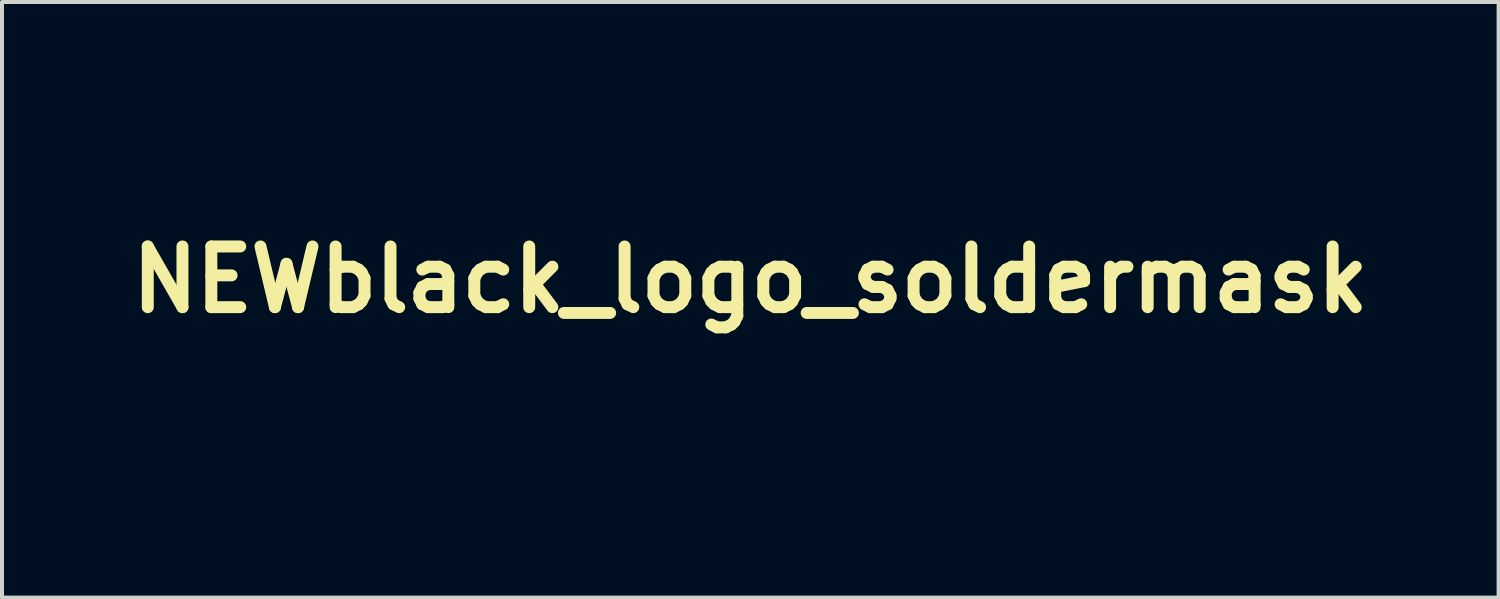
<source format=kicad_pcb>
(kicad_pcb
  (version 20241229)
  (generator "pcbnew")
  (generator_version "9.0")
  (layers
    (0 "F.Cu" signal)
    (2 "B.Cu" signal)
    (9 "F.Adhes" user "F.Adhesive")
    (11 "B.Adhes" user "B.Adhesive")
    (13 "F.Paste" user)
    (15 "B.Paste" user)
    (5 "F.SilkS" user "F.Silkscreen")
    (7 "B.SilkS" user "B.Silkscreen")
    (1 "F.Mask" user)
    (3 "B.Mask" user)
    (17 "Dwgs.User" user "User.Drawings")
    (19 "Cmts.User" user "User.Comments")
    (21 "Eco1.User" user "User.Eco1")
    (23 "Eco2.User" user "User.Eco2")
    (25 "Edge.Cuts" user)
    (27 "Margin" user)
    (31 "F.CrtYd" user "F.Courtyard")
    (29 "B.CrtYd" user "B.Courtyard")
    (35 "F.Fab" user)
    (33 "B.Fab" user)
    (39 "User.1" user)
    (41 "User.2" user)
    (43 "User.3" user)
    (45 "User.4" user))
  (footprint "NEWblack_logo_soldermask"
    (layer "F.Cu")
    (at 15.792 3.974)
    (property "Reference" "NEWblack_logo_soldermask" (at 0 0 0) (layer "F.SilkS") (effects (font (size 1.524 1.524) (thickness 0.3))))
    (attr through_hole)
    (fp_poly (pts (xy -0.967 4.738) (xy -0.546 4.738) (xy -0.546 4.961) (xy -1.087 4.961) (xy -1.246 4.96) (xy -1.389 4.958) (xy -1.506 4.955) (xy -1.592 4.951) (xy -1.639 4.946) (xy -1.645 4.944) (xy -1.656 4.911) (xy -1.662 4.849) (xy -1.662 4.833) (xy -1.662 4.738) (xy -1.215 4.738) (xy -1.221 4.049) (xy -1.228 3.361) (xy -1.446 3.354) (xy -1.665 3.347) (xy -1.657 3.255) (xy -1.65 3.163) (xy -1.504 3.147) (xy -1.367 3.118) (xy -1.269 3.063) (xy -1.203 2.978) (xy -1.181 2.921) (xy -1.155 2.89) (xy -1.096 2.878) (xy -1.067 2.877) (xy -0.967 2.877) (xy -0.967 4.738)) (stroke (width 0.01) (type solid)) (fill yes) (layer "F.Mask"))
    (fp_poly (pts (xy -2.966 2.854) (xy -2.907 2.857) (xy -2.751 2.873) (xy -2.632 2.907) (xy -2.536 2.965) (xy -2.451 3.053) (xy -2.428 3.084) (xy -2.359 3.196) (xy -2.308 3.322) (xy -2.274 3.47) (xy -2.253 3.648) (xy -2.245 3.864) (xy -2.245 3.919) (xy -2.246 4.076) (xy -2.25 4.196) (xy -2.257 4.289) (xy -2.27 4.366) (xy -2.289 4.441) (xy -2.3 4.477) (xy -2.363 4.641) (xy -2.438 4.765) (xy -2.531 4.859) (xy -2.596 4.903) (xy -2.668 4.94) (xy -2.741 4.962) (xy -2.832 4.973) (xy -2.912 4.977) (xy -3.017 4.978) (xy -3.111 4.973) (xy -3.177 4.964) (xy -3.184 4.962) (xy -3.315 4.897) (xy -3.431 4.796) (xy -3.506 4.691) (xy -3.579 4.516) (xy -3.63 4.308) (xy -3.658 4.075) (xy -3.66 3.919) (xy -3.361 3.919) (xy -3.361 4.087) (xy -3.359 4.213) (xy -3.356 4.305) (xy -3.35 4.373) (xy -3.34 4.425) (xy -3.326 4.468) (xy -3.307 4.511) (xy -3.299 4.527) (xy -3.245 4.612) (xy -3.181 4.684) (xy -3.153 4.707) (xy -3.044 4.751) (xy -2.919 4.761) (xy -2.795 4.735) (xy -2.753 4.716) (xy -2.676 4.658) (xy -2.617 4.572) (xy -2.573 4.453) (xy -2.541 4.294) (xy -2.529 4.188) (xy -2.517 4.001) (xy -2.517 3.81) (xy -2.529 3.627) (xy -2.552 3.464) (xy -2.584 3.334) (xy -2.601 3.29) (xy -2.672 3.178) (xy -2.771 3.107) (xy -2.898 3.077) (xy -2.936 3.076) (xy -3.069 3.09) (xy -3.169 3.135) (xy -3.248 3.218) (xy -3.292 3.295) (xy -3.316 3.345) (xy -3.333 3.389) (xy -3.346 3.436) (xy -3.354 3.494) (xy -3.358 3.572) (xy -3.36 3.679) (xy -3.361 3.821) (xy -3.361 3.919) (xy -3.66 3.919) (xy -3.661 3.829) (xy -3.648 3.653) (xy -3.612 3.432) (xy -3.561 3.253) (xy -3.49 3.113) (xy -3.398 3.005) (xy -3.282 2.924) (xy -3.262 2.913) (xy -3.189 2.881) (xy -3.127 2.862) (xy -3.059 2.854) (xy -2.966 2.854)) (stroke (width 0.01) (type solid)) (fill yes) (layer "F.Mask"))
    (fp_poly (pts (xy 2.784 -3.748) (xy 3.075 -3.686) (xy 3.338 -3.589) (xy 3.569 -3.461) (xy 3.767 -3.3) (xy 3.927 -3.109) (xy 3.929 -3.107) (xy 4.056 -2.879) (xy 4.14 -2.638) (xy 4.183 -2.39) (xy 4.185 -2.14) (xy 4.149 -1.893) (xy 4.076 -1.656) (xy 3.969 -1.433) (xy 3.828 -1.23) (xy 3.655 -1.052) (xy 3.453 -0.905) (xy 3.222 -0.794) (xy 3.206 -0.788) (xy 3.114 -0.75) (xy 3.065 -0.716) (xy 3.057 -0.698) (xy 3.083 -0.675) (xy 3.148 -0.648) (xy 3.241 -0.62) (xy 3.249 -0.618) (xy 3.423 -0.563) (xy 3.606 -0.484) (xy 3.784 -0.391) (xy 3.939 -0.291) (xy 4.023 -0.224) (xy 4.157 -0.084) (xy 4.281 0.083) (xy 4.384 0.259) (xy 4.436 0.377) (xy 4.497 0.603) (xy 4.526 0.855) (xy 4.523 1.121) (xy 4.489 1.389) (xy 4.428 1.63) (xy 4.316 1.901) (xy 4.162 2.15) (xy 3.97 2.374) (xy 3.747 2.568) (xy 3.495 2.727) (xy 3.221 2.847) (xy 3.125 2.878) (xy 2.895 2.926) (xy 2.638 2.947) (xy 2.365 2.943) (xy 2.087 2.915) (xy 1.817 2.865) (xy 1.566 2.794) (xy 1.345 2.703) (xy 1.273 2.664) (xy 1.21 2.629) (xy 1.166 2.608) (xy 1.155 2.604) (xy 1.152 2.628) (xy 1.149 2.697) (xy 1.147 2.804) (xy 1.145 2.946) (xy 1.143 3.116) (xy 1.142 3.31) (xy 1.141 3.522) (xy 1.141 3.609) (xy 1.141 4.614) (xy 0.346 4.614) (xy 0.352 1.933) (xy 1.138 1.933) (xy 1.282 2.005) (xy 1.498 2.098) (xy 1.723 2.164) (xy 1.881 2.195) (xy 2.052 2.216) (xy 2.242 2.227) (xy 2.434 2.227) (xy 2.613 2.217) (xy 2.76 2.196) (xy 2.766 2.195) (xy 3.005 2.123) (xy 3.21 2.014) (xy 3.381 1.872) (xy 3.516 1.695) (xy 3.614 1.487) (xy 3.674 1.249) (xy 3.696 0.981) (xy 3.696 0.967) (xy 3.679 0.716) (xy 3.628 0.499) (xy 3.54 0.312) (xy 3.415 0.152) (xy 3.249 0.016) (xy 3.172 -0.032) (xy 3.01 -0.108) (xy 2.809 -0.172) (xy 2.58 -0.222) (xy 2.333 -0.256) (xy 2.079 -0.272) (xy 2.015 -0.272) (xy 1.809 -0.273) (xy 1.816 -0.614) (xy 1.823 -0.955) (xy 2.121 -0.97) (xy 2.368 -0.991) (xy 2.576 -1.028) (xy 2.751 -1.085) (xy 2.902 -1.164) (xy 3.037 -1.268) (xy 3.114 -1.345) (xy 3.21 -1.467) (xy 3.28 -1.601) (xy 3.327 -1.759) (xy 3.357 -1.952) (xy 3.361 -1.999) (xy 3.362 -2.241) (xy 3.321 -2.457) (xy 3.241 -2.646) (xy 3.12 -2.806) (xy 2.96 -2.937) (xy 2.768 -3.034) (xy 2.645 -3.067) (xy 2.491 -3.089) (xy 2.324 -3.098) (xy 2.16 -3.094) (xy 2.018 -3.076) (xy 1.97 -3.064) (xy 1.757 -2.978) (xy 1.575 -2.855) (xy 1.424 -2.692) (xy 1.303 -2.491) (xy 1.211 -2.25) (xy 1.199 -2.205) (xy 1.191 -2.172) (xy 1.184 -2.133) (xy 1.179 -2.084) (xy 1.173 -2.023) (xy 1.169 -1.945) (xy 1.165 -1.847) (xy 1.162 -1.725) (xy 1.159 -1.578) (xy 1.156 -1.4) (xy 1.154 -1.188) (xy 1.152 -0.94) (xy 1.151 -0.651) (xy 1.149 -0.319) (xy 1.148 -0.057) (xy 1.138 1.933) (xy 0.352 1.933) (xy 0.354 1.222) (xy 0.361 -2.17) (xy 0.417 -2.381) (xy 0.501 -2.64) (xy 0.61 -2.865) (xy 0.749 -3.068) (xy 0.892 -3.226) (xy 1.107 -3.414) (xy 1.34 -3.56) (xy 1.595 -3.667) (xy 1.877 -3.736) (xy 2.128 -3.767) (xy 2.467 -3.776) (xy 2.784 -3.748)) (stroke (width 0.01) (type solid)) (fill yes) (layer "F.Mask"))
    (fp_poly (pts (xy 0.819 -3.628) (xy 0.6 -3.617) (xy 0.451 -3.602) (xy 0.341 -3.571) (xy 0.259 -3.518) (xy 0.196 -3.437) (xy 0.164 -3.376) (xy 0.156 -3.357) (xy 0.148 -3.337) (xy 0.142 -3.313) (xy 0.136 -3.283) (xy 0.131 -3.242) (xy 0.126 -3.189) (xy 0.123 -3.12) (xy 0.119 -3.033) (xy 0.117 -2.924) (xy 0.115 -2.79) (xy 0.113 -2.629) (xy 0.111 -2.438) (xy 0.11 -2.213) (xy 0.109 -1.952) (xy 0.108 -1.651) (xy 0.106 -1.308) (xy 0.105 -0.92) (xy 0.105 -0.712) (xy 0.098 1.837) (xy -0.156 1.83) (xy -0.409 1.823) (xy -1.96 -0.725) (xy -2.158 -1.051) (xy -2.35 -1.366) (xy -2.534 -1.668) (xy -2.707 -1.953) (xy -2.869 -2.22) (xy -3.018 -2.464) (xy -3.152 -2.684) (xy -3.27 -2.877) (xy -3.369 -3.041) (xy -3.449 -3.171) (xy -3.508 -3.267) (xy -3.543 -3.325) (xy -3.553 -3.341) (xy -3.56 -3.351) (xy -3.567 -3.355) (xy -3.572 -3.348) (xy -3.577 -3.329) (xy -3.581 -3.294) (xy -3.585 -3.241) (xy -3.587 -3.166) (xy -3.589 -3.068) (xy -3.591 -2.942) (xy -3.592 -2.787) (xy -3.592 -2.598) (xy -3.593 -2.374) (xy -3.592 -2.112) (xy -3.592 -1.808) (xy -3.591 -1.46) (xy -3.59 -1.129) (xy -3.589 -0.736) (xy -3.588 -0.39) (xy -3.587 -0.088) (xy -3.586 0.174) (xy -3.585 0.399) (xy -3.582 0.59) (xy -3.579 0.75) (xy -3.575 0.882) (xy -3.57 0.989) (xy -3.564 1.075) (xy -3.556 1.142) (xy -3.547 1.193) (xy -3.535 1.233) (xy -3.522 1.263) (xy -3.507 1.287) (xy -3.489 1.307) (xy -3.469 1.328) (xy -3.453 1.345) (xy -3.398 1.393) (xy -3.331 1.427) (xy -3.241 1.452) (xy -3.117 1.469) (xy -3.044 1.476) (xy -2.85 1.493) (xy -2.865 1.823) (xy -3.851 1.83) (xy -4.837 1.836) (xy -4.837 1.495) (xy -4.636 1.479) (xy -4.482 1.46) (xy -4.368 1.431) (xy -4.284 1.388) (xy -4.221 1.327) (xy -4.221 1.327) (xy -4.202 1.302) (xy -4.184 1.276) (xy -4.169 1.248) (xy -4.156 1.214) (xy -4.145 1.17) (xy -4.136 1.114) (xy -4.128 1.042) (xy -4.122 0.952) (xy -4.117 0.84) (xy -4.113 0.702) (xy -4.11 0.537) (xy -4.108 0.34) (xy -4.107 0.109) (xy -4.106 -0.16) (xy -4.105 -0.47) (xy -4.105 -0.823) (xy -4.105 -1.153) (xy -4.105 -1.536) (xy -4.105 -1.872) (xy -4.106 -2.165) (xy -4.106 -2.417) (xy -4.107 -2.633) (xy -4.109 -2.814) (xy -4.11 -2.965) (xy -4.113 -3.088) (xy -4.115 -3.187) (xy -4.119 -3.264) (xy -4.123 -3.323) (xy -4.128 -3.366) (xy -4.133 -3.398) (xy -4.14 -3.421) (xy -4.147 -3.438) (xy -4.149 -3.441) (xy -4.199 -3.51) (xy -4.267 -3.559) (xy -4.362 -3.591) (xy -4.491 -3.61) (xy -4.595 -3.617) (xy -4.837 -3.627) (xy -4.837 -3.969) (xy -3.039 -3.967) (xy -1.738 -1.821) (xy -1.557 -1.523) (xy -1.383 -1.237) (xy -1.218 -0.965) (xy -1.064 -0.712) (xy -0.921 -0.479) (xy -0.793 -0.269) (xy -0.681 -0.086) (xy -0.586 0.069) (xy -0.51 0.191) (xy -0.455 0.278) (xy -0.423 0.328) (xy -0.416 0.339) (xy -0.412 0.317) (xy -0.409 0.249) (xy -0.406 0.139) (xy -0.404 -0.01) (xy -0.402 -0.194) (xy -0.401 -0.41) (xy -0.401 -0.653) (xy -0.4 -0.92) (xy -0.401 -1.208) (xy -0.402 -1.443) (xy -0.403 -1.786) (xy -0.405 -2.083) (xy -0.406 -2.338) (xy -0.408 -2.553) (xy -0.41 -2.734) (xy -0.413 -2.882) (xy -0.416 -3.002) (xy -0.419 -3.097) (xy -0.423 -3.171) (xy -0.428 -3.227) (xy -0.434 -3.269) (xy -0.441 -3.3) (xy -0.449 -3.324) (xy -0.454 -3.335) (xy -0.526 -3.458) (xy -0.618 -3.543) (xy -0.738 -3.596) (xy -0.891 -3.619) (xy -0.961 -3.621) (xy -1.141 -3.621) (xy -1.141 -3.969) (xy 0.819 -3.969) (xy 0.819 -3.628)) (stroke (width 0.01) (type solid)) (fill yes) (layer "F.Mask")))
  (gr_rect
    (start -3 -3)
    (end 34.583 11.957)
    (stroke (width 0.1) (type default))
    (fill no)
    (layer "Edge.Cuts")))
</source>
